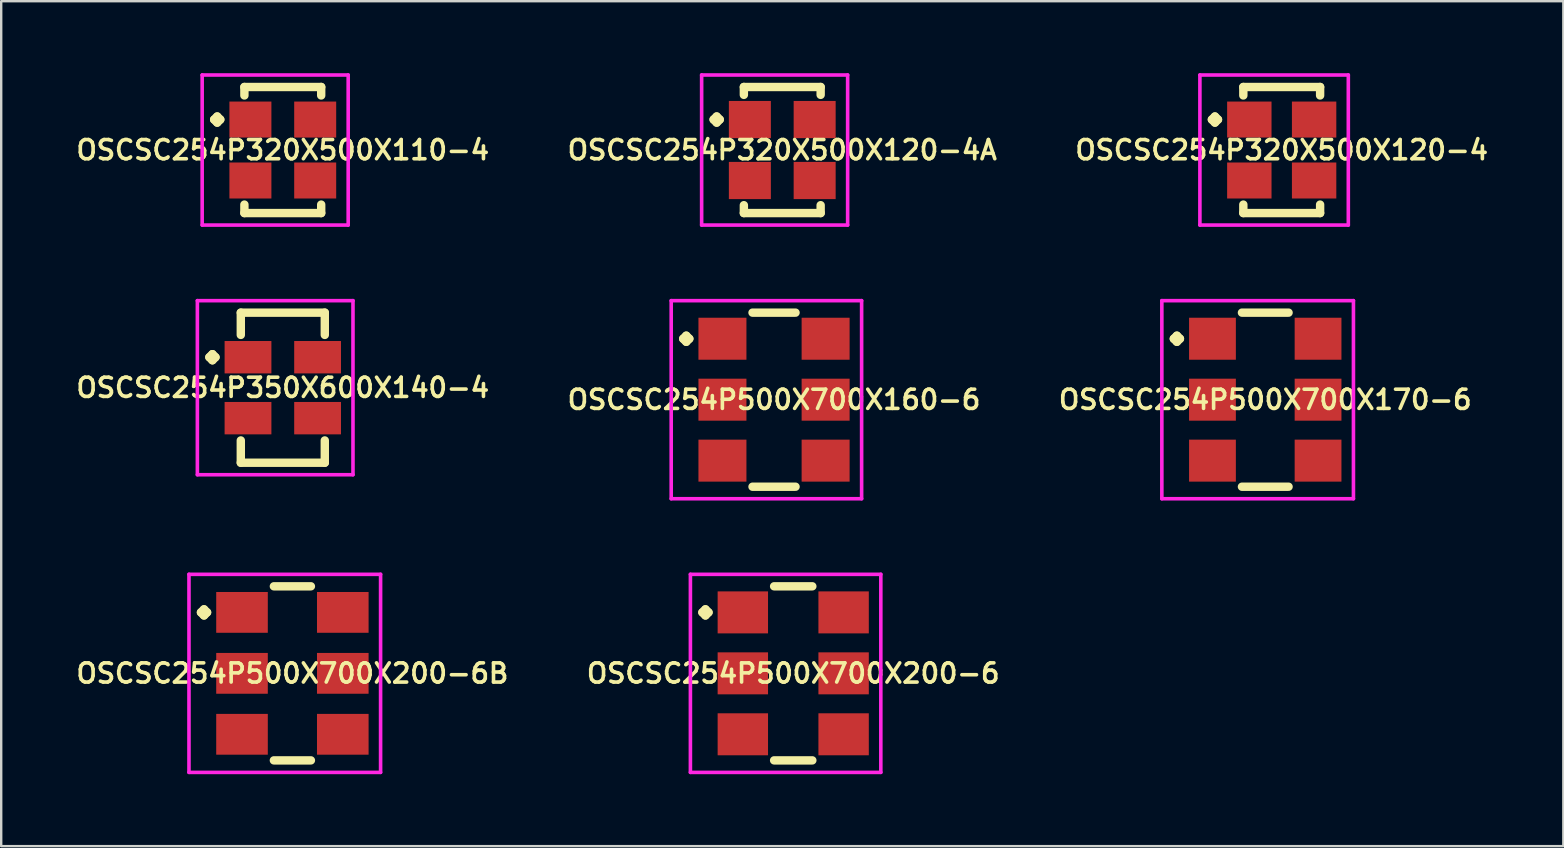
<source format=kicad_pcb>
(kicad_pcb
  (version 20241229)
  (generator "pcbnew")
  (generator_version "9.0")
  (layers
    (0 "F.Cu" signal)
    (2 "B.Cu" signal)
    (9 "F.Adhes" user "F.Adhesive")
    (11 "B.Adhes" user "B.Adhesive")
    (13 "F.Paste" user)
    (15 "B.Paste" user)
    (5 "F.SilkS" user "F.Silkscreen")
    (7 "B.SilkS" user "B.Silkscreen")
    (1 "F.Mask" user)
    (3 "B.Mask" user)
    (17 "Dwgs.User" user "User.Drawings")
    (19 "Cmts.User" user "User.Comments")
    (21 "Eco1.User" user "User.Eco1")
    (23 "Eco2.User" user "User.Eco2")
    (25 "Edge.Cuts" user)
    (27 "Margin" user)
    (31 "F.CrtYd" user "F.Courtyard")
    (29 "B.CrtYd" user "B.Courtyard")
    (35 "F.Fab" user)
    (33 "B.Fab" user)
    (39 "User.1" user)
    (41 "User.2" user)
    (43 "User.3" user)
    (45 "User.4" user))
  (footprint "OSCSC254P320X500X110-4"
    (layer "F.Cu")
    (at 8.735 3.202)
    (property "Reference" "OSCSC254P320X500X110-4" (at 0 0 0) (layer "F.SilkS") (effects (font (size 0.8 0.8) (thickness 0.15))))
    (attr smd)
    (fp_line (start -2.86 -1.27) (end -2.733 -1.397) (stroke (width 0.35) (type solid)) (layer "F.SilkS"))
    (fp_line (start -2.733 -1.397) (end -2.606 -1.27) (stroke (width 0.35) (type solid)) (layer "F.SilkS"))
    (fp_line (start -2.733 -1.143) (end -2.86 -1.27) (stroke (width 0.35) (type solid)) (layer "F.SilkS"))
    (fp_line (start -2.606 -1.27) (end -2.733 -1.143) (stroke (width 0.35) (type solid)) (layer "F.SilkS"))
    (fp_line (start -1.6 -2.627) (end 1.6 -2.627) (stroke (width 0.35) (type solid)) (layer "F.SilkS"))
    (fp_line (start -1.6 -2.274) (end -1.6 -2.627) (stroke (width 0.35) (type solid)) (layer "F.SilkS"))
    (fp_line (start -1.6 2.274) (end -1.6 2.627) (stroke (width 0.35) (type solid)) (layer "F.SilkS"))
    (fp_line (start -1.6 2.627) (end 1.6 2.627) (stroke (width 0.35) (type solid)) (layer "F.SilkS"))
    (fp_line (start 1.6 -2.627) (end 1.6 -2.274) (stroke (width 0.35) (type solid)) (layer "F.SilkS"))
    (fp_line (start 1.6 2.627) (end 1.6 2.274) (stroke (width 0.35) (type solid)) (layer "F.SilkS"))
    (fp_line (start -3.36 -3.127) (end 2.725 -3.127) (stroke (width 0.15) (type solid)) (layer "F.CrtYd"))
    (fp_line (start -3.36 3.127) (end -3.36 -3.127) (stroke (width 0.15) (type solid)) (layer "F.CrtYd"))
    (fp_line (start 2.725 -3.127) (end 2.725 3.127) (stroke (width 0.15) (type solid)) (layer "F.CrtYd"))
    (fp_line (start 2.725 3.127) (end -3.36 3.127) (stroke (width 0.15) (type solid)) (layer "F.CrtYd"))
    (pad "1" smd rect (at -1.35 -1.27) (size 1.75 1.5) (layers "F.Cu" "F.Mask" "F.Paste"))
    (pad "2" smd rect (at -1.35 1.27) (size 1.75 1.5) (layers "F.Cu" "F.Mask" "F.Paste"))
    (pad "3" smd rect (at 1.35 1.27) (size 1.75 1.5) (layers "F.Cu" "F.Mask" "F.Paste"))
    (pad "4" smd rect (at 1.35 -1.27) (size 1.75 1.5) (layers "F.Cu" "F.Mask" "F.Paste")))
  (footprint "OSCSC254P500X700X200-6B"
    (layer "F.Cu")
    (at 9.135 25.01)
    (property "Reference" "OSCSC254P500X700X200-6B" (at 0 0 0) (layer "F.SilkS") (effects (font (size 0.8 0.8) (thickness 0.15))))
    (attr smd)
    (fp_line (start -3.81 -2.54) (end -3.683 -2.667) (stroke (width 0.35) (type solid)) (layer "F.SilkS"))
    (fp_line (start -3.683 -2.667) (end -3.556 -2.54) (stroke (width 0.35) (type solid)) (layer "F.SilkS"))
    (fp_line (start -3.683 -2.413) (end -3.81 -2.54) (stroke (width 0.35) (type solid)) (layer "F.SilkS"))
    (fp_line (start -3.556 -2.54) (end -3.683 -2.413) (stroke (width 0.35) (type solid)) (layer "F.SilkS"))
    (fp_line (start -0.771 -3.627) (end 0.771 -3.627) (stroke (width 0.35) (type solid)) (layer "F.SilkS"))
    (fp_line (start -0.771 3.627) (end 0.771 3.627) (stroke (width 0.35) (type solid)) (layer "F.SilkS"))
    (fp_line (start -4.31 -4.127) (end 3.675 -4.127) (stroke (width 0.15) (type solid)) (layer "F.CrtYd"))
    (fp_line (start -4.31 4.127) (end -4.31 -4.127) (stroke (width 0.15) (type solid)) (layer "F.CrtYd"))
    (fp_line (start 3.675 -4.127) (end 3.675 4.127) (stroke (width 0.15) (type solid)) (layer "F.CrtYd"))
    (fp_line (start 3.675 4.127) (end -4.31 4.127) (stroke (width 0.15) (type solid)) (layer "F.CrtYd"))
    (pad "1" smd rect (at -2.1 -2.54) (size 2.15 1.7) (layers "F.Cu" "F.Mask" "F.Paste"))
    (pad "2" smd rect (at -2.1 0) (size 2.15 1.7) (layers "F.Cu" "F.Mask" "F.Paste"))
    (pad "3" smd rect (at -2.1 2.54) (size 2.15 1.7) (layers "F.Cu" "F.Mask" "F.Paste"))
    (pad "4" smd rect (at 2.1 2.54) (size 2.15 1.7) (layers "F.Cu" "F.Mask" "F.Paste"))
    (pad "5" smd rect (at 2.1 0) (size 2.15 1.7) (layers "F.Cu" "F.Mask" "F.Paste"))
    (pad "6" smd rect (at 2.1 -2.54) (size 2.15 1.7) (layers "F.Cu" "F.Mask" "F.Paste")))
  (footprint "OSCSC254P350X600X140-4"
    (layer "F.Cu")
    (at 8.735 13.106)
    (property "Reference" "OSCSC254P350X600X140-4" (at 0 0 0) (layer "F.SilkS") (effects (font (size 0.8 0.8) (thickness 0.15))))
    (attr smd)
    (fp_line (start -3.06 -1.27) (end -2.933 -1.397) (stroke (width 0.35) (type solid)) (layer "F.SilkS"))
    (fp_line (start -2.933 -1.397) (end -2.806 -1.27) (stroke (width 0.35) (type solid)) (layer "F.SilkS"))
    (fp_line (start -2.933 -1.143) (end -3.06 -1.27) (stroke (width 0.35) (type solid)) (layer "F.SilkS"))
    (fp_line (start -2.806 -1.27) (end -2.933 -1.143) (stroke (width 0.35) (type solid)) (layer "F.SilkS"))
    (fp_line (start -1.75 -3.127) (end 1.75 -3.127) (stroke (width 0.35) (type solid)) (layer "F.SilkS"))
    (fp_line (start -1.75 -2.199) (end -1.75 -3.127) (stroke (width 0.35) (type solid)) (layer "F.SilkS"))
    (fp_line (start -1.75 2.199) (end -1.75 3.127) (stroke (width 0.35) (type solid)) (layer "F.SilkS"))
    (fp_line (start -1.75 3.127) (end 1.75 3.127) (stroke (width 0.35) (type solid)) (layer "F.SilkS"))
    (fp_line (start 1.75 -3.127) (end 1.75 -2.199) (stroke (width 0.35) (type solid)) (layer "F.SilkS"))
    (fp_line (start 1.75 3.127) (end 1.75 2.199) (stroke (width 0.35) (type solid)) (layer "F.SilkS"))
    (fp_line (start -3.56 -3.627) (end 2.925 -3.627) (stroke (width 0.15) (type solid)) (layer "F.CrtYd"))
    (fp_line (start -3.56 3.627) (end -3.56 -3.627) (stroke (width 0.15) (type solid)) (layer "F.CrtYd"))
    (fp_line (start 2.925 -3.627) (end 2.925 3.627) (stroke (width 0.15) (type solid)) (layer "F.CrtYd"))
    (fp_line (start 2.925 3.627) (end -3.56 3.627) (stroke (width 0.15) (type solid)) (layer "F.CrtYd"))
    (pad "1" smd rect (at -1.45 -1.27) (size 1.95 1.35) (layers "F.Cu" "F.Mask" "F.Paste"))
    (pad "2" smd rect (at -1.45 1.27) (size 1.95 1.35) (layers "F.Cu" "F.Mask" "F.Paste"))
    (pad "3" smd rect (at 1.45 1.27) (size 1.95 1.35) (layers "F.Cu" "F.Mask" "F.Paste"))
    (pad "4" smd rect (at 1.45 -1.27) (size 1.95 1.35) (layers "F.Cu" "F.Mask" "F.Paste")))
  (footprint "OSCSC254P500X700X200-6"
    (layer "F.Cu")
    (at 30.006 25.01)
    (property "Reference" "OSCSC254P500X700X200-6" (at 0 0 0) (layer "F.SilkS") (effects (font (size 0.8 0.8) (thickness 0.15))))
    (attr smd)
    (fp_line (start -3.785 -2.54) (end -3.658 -2.667) (stroke (width 0.35) (type solid)) (layer "F.SilkS"))
    (fp_line (start -3.658 -2.667) (end -3.531 -2.54) (stroke (width 0.35) (type solid)) (layer "F.SilkS"))
    (fp_line (start -3.658 -2.413) (end -3.785 -2.54) (stroke (width 0.35) (type solid)) (layer "F.SilkS"))
    (fp_line (start -3.531 -2.54) (end -3.658 -2.413) (stroke (width 0.35) (type solid)) (layer "F.SilkS"))
    (fp_line (start -0.796 -3.627) (end 0.796 -3.627) (stroke (width 0.35) (type solid)) (layer "F.SilkS"))
    (fp_line (start -0.796 3.627) (end 0.796 3.627) (stroke (width 0.35) (type solid)) (layer "F.SilkS"))
    (fp_line (start -4.285 -4.127) (end 3.65 -4.127) (stroke (width 0.15) (type solid)) (layer "F.CrtYd"))
    (fp_line (start -4.285 4.127) (end -4.285 -4.127) (stroke (width 0.15) (type solid)) (layer "F.CrtYd"))
    (fp_line (start 3.65 -4.127) (end 3.65 4.127) (stroke (width 0.15) (type solid)) (layer "F.CrtYd"))
    (fp_line (start 3.65 4.127) (end -4.285 4.127) (stroke (width 0.15) (type solid)) (layer "F.CrtYd"))
    (pad "1" smd rect (at -2.1 -2.54) (size 2.1 1.75) (layers "F.Cu" "F.Mask" "F.Paste"))
    (pad "2" smd rect (at -2.1 0) (size 2.1 1.75) (layers "F.Cu" "F.Mask" "F.Paste"))
    (pad "3" smd rect (at -2.1 2.54) (size 2.1 1.75) (layers "F.Cu" "F.Mask" "F.Paste"))
    (pad "4" smd rect (at 2.1 2.54) (size 2.1 1.75) (layers "F.Cu" "F.Mask" "F.Paste"))
    (pad "5" smd rect (at 2.1 0) (size 2.1 1.75) (layers "F.Cu" "F.Mask" "F.Paste"))
    (pad "6" smd rect (at 2.1 -2.54) (size 2.1 1.75) (layers "F.Cu" "F.Mask" "F.Paste")))
  (footprint "OSCSC254P320X500X120-4"
    (layer "F.Cu")
    (at 50.363 3.202)
    (property "Reference" "OSCSC254P320X500X120-4" (at 0 0 0) (layer "F.SilkS") (effects (font (size 0.8 0.8) (thickness 0.15))))
    (attr smd)
    (fp_line (start -2.91 -1.27) (end -2.783 -1.397) (stroke (width 0.35) (type solid)) (layer "F.SilkS"))
    (fp_line (start -2.783 -1.397) (end -2.656 -1.27) (stroke (width 0.35) (type solid)) (layer "F.SilkS"))
    (fp_line (start -2.783 -1.143) (end -2.91 -1.27) (stroke (width 0.35) (type solid)) (layer "F.SilkS"))
    (fp_line (start -2.656 -1.27) (end -2.783 -1.143) (stroke (width 0.35) (type solid)) (layer "F.SilkS"))
    (fp_line (start -1.6 -2.627) (end 1.6 -2.627) (stroke (width 0.35) (type solid)) (layer "F.SilkS"))
    (fp_line (start -1.6 -2.274) (end -1.6 -2.627) (stroke (width 0.35) (type solid)) (layer "F.SilkS"))
    (fp_line (start -1.6 2.274) (end -1.6 2.627) (stroke (width 0.35) (type solid)) (layer "F.SilkS"))
    (fp_line (start -1.6 2.627) (end 1.6 2.627) (stroke (width 0.35) (type solid)) (layer "F.SilkS"))
    (fp_line (start 1.6 -2.627) (end 1.6 -2.274) (stroke (width 0.35) (type solid)) (layer "F.SilkS"))
    (fp_line (start 1.6 2.627) (end 1.6 2.274) (stroke (width 0.35) (type solid)) (layer "F.SilkS"))
    (fp_line (start -3.41 -3.127) (end 2.775 -3.127) (stroke (width 0.15) (type solid)) (layer "F.CrtYd"))
    (fp_line (start -3.41 3.127) (end -3.41 -3.127) (stroke (width 0.15) (type solid)) (layer "F.CrtYd"))
    (fp_line (start 2.775 -3.127) (end 2.775 3.127) (stroke (width 0.15) (type solid)) (layer "F.CrtYd"))
    (fp_line (start 2.775 3.127) (end -3.41 3.127) (stroke (width 0.15) (type solid)) (layer "F.CrtYd"))
    (pad "1" smd rect (at -1.35 -1.27) (size 1.85 1.5) (layers "F.Cu" "F.Mask" "F.Paste"))
    (pad "2" smd rect (at -1.35 1.27) (size 1.85 1.5) (layers "F.Cu" "F.Mask" "F.Paste"))
    (pad "3" smd rect (at 1.35 1.27) (size 1.85 1.5) (layers "F.Cu" "F.Mask" "F.Paste"))
    (pad "4" smd rect (at 1.35 -1.27) (size 1.85 1.5) (layers "F.Cu" "F.Mask" "F.Paste")))
  (footprint "OSCSC254P320X500X120-4A"
    (layer "F.Cu")
    (at 29.549 3.202)
    (property "Reference" "OSCSC254P320X500X120-4A" (at 0 0 0) (layer "F.SilkS") (effects (font (size 0.8 0.8) (thickness 0.15))))
    (attr through_hole)
    (fp_line (start -2.86 -1.27) (end -2.733 -1.397) (stroke (width 0.35) (type solid)) (layer "F.SilkS"))
    (fp_line (start -2.733 -1.397) (end -2.606 -1.27) (stroke (width 0.35) (type solid)) (layer "F.SilkS"))
    (fp_line (start -2.733 -1.143) (end -2.86 -1.27) (stroke (width 0.35) (type solid)) (layer "F.SilkS"))
    (fp_line (start -2.606 -1.27) (end -2.733 -1.143) (stroke (width 0.35) (type solid)) (layer "F.SilkS"))
    (fp_line (start -1.6 -2.627) (end 1.6 -2.627) (stroke (width 0.35) (type solid)) (layer "F.SilkS"))
    (fp_line (start -1.6 -2.299) (end -1.6 -2.627) (stroke (width 0.35) (type solid)) (layer "F.SilkS"))
    (fp_line (start -1.6 2.299) (end -1.6 2.627) (stroke (width 0.35) (type solid)) (layer "F.SilkS"))
    (fp_line (start -1.6 2.627) (end 1.6 2.627) (stroke (width 0.35) (type solid)) (layer "F.SilkS"))
    (fp_line (start 1.6 -2.627) (end 1.6 -2.299) (stroke (width 0.35) (type solid)) (layer "F.SilkS"))
    (fp_line (start 1.6 2.627) (end 1.6 2.299) (stroke (width 0.35) (type solid)) (layer "F.SilkS"))
    (fp_line (start -3.36 -3.127) (end 2.725 -3.127) (stroke (width 0.15) (type solid)) (layer "F.CrtYd"))
    (fp_line (start -3.36 3.127) (end -3.36 -3.127) (stroke (width 0.15) (type solid)) (layer "F.CrtYd"))
    (fp_line (start 2.725 -3.127) (end 2.725 3.127) (stroke (width 0.15) (type solid)) (layer "F.CrtYd"))
    (fp_line (start 2.725 3.127) (end -3.36 3.127) (stroke (width 0.15) (type solid)) (layer "F.CrtYd"))
    (pad "1" smd rect (at -1.35 -1.27) (size 1.75 1.55) (layers "F.Cu" "F.Mask" "F.Paste"))
    (pad "2" smd rect (at -1.35 1.27) (size 1.75 1.55) (layers "F.Cu" "F.Mask" "F.Paste"))
    (pad "3" smd rect (at 1.35 1.27) (size 1.75 1.55) (layers "F.Cu" "F.Mask" "F.Paste"))
    (pad "4" smd rect (at 1.35 -1.27) (size 1.75 1.55) (layers "F.Cu" "F.Mask" "F.Paste")))
  (footprint "OSCSC254P500X700X160-6"
    (layer "F.Cu")
    (at 29.206 13.606)
    (property "Reference" "OSCSC254P500X700X160-6" (at 0 0 0) (layer "F.SilkS") (effects (font (size 0.8 0.8) (thickness 0.15))))
    (attr smd)
    (fp_line (start -3.785 -2.54) (end -3.658 -2.667) (stroke (width 0.35) (type solid)) (layer "F.SilkS"))
    (fp_line (start -3.658 -2.667) (end -3.531 -2.54) (stroke (width 0.35) (type solid)) (layer "F.SilkS"))
    (fp_line (start -3.658 -2.413) (end -3.785 -2.54) (stroke (width 0.35) (type solid)) (layer "F.SilkS"))
    (fp_line (start -3.531 -2.54) (end -3.658 -2.413) (stroke (width 0.35) (type solid)) (layer "F.SilkS"))
    (fp_line (start -0.896 -3.627) (end 0.896 -3.627) (stroke (width 0.35) (type solid)) (layer "F.SilkS"))
    (fp_line (start -0.896 3.627) (end 0.896 3.627) (stroke (width 0.35) (type solid)) (layer "F.SilkS"))
    (fp_line (start -4.285 -4.127) (end 3.65 -4.127) (stroke (width 0.15) (type solid)) (layer "F.CrtYd"))
    (fp_line (start -4.285 4.127) (end -4.285 -4.127) (stroke (width 0.15) (type solid)) (layer "F.CrtYd"))
    (fp_line (start 3.65 -4.127) (end 3.65 4.127) (stroke (width 0.15) (type solid)) (layer "F.CrtYd"))
    (fp_line (start 3.65 4.127) (end -4.285 4.127) (stroke (width 0.15) (type solid)) (layer "F.CrtYd"))
    (pad "1" smd rect (at -2.15 -2.54) (size 2 1.75) (layers "F.Cu" "F.Mask" "F.Paste"))
    (pad "2" smd rect (at -2.15 0) (size 2 1.75) (layers "F.Cu" "F.Mask" "F.Paste"))
    (pad "3" smd rect (at -2.15 2.54) (size 2 1.75) (layers "F.Cu" "F.Mask" "F.Paste"))
    (pad "4" smd rect (at 2.15 2.54) (size 2 1.75) (layers "F.Cu" "F.Mask" "F.Paste"))
    (pad "5" smd rect (at 2.15 0) (size 2 1.75) (layers "F.Cu" "F.Mask" "F.Paste"))
    (pad "6" smd rect (at 2.15 -2.54) (size 2 1.75) (layers "F.Cu" "F.Mask" "F.Paste")))
  (footprint "OSCSC254P500X700X170-6"
    (layer "F.Cu")
    (at 49.677 13.606)
    (property "Reference" "OSCSC254P500X700X170-6" (at 0 0 0) (layer "F.SilkS") (effects (font (size 0.8 0.8) (thickness 0.15))))
    (attr smd)
    (fp_line (start -3.81 -2.54) (end -3.683 -2.667) (stroke (width 0.35) (type solid)) (layer "F.SilkS"))
    (fp_line (start -3.683 -2.667) (end -3.556 -2.54) (stroke (width 0.35) (type solid)) (layer "F.SilkS"))
    (fp_line (start -3.683 -2.413) (end -3.81 -2.54) (stroke (width 0.35) (type solid)) (layer "F.SilkS"))
    (fp_line (start -3.556 -2.54) (end -3.683 -2.413) (stroke (width 0.35) (type solid)) (layer "F.SilkS"))
    (fp_line (start -0.971 -3.627) (end 0.971 -3.627) (stroke (width 0.35) (type solid)) (layer "F.SilkS"))
    (fp_line (start -0.971 3.627) (end 0.971 3.627) (stroke (width 0.35) (type solid)) (layer "F.SilkS"))
    (fp_line (start -4.31 -4.127) (end 3.675 -4.127) (stroke (width 0.15) (type solid)) (layer "F.CrtYd"))
    (fp_line (start -4.31 4.127) (end -4.31 -4.127) (stroke (width 0.15) (type solid)) (layer "F.CrtYd"))
    (fp_line (start 3.675 -4.127) (end 3.675 4.127) (stroke (width 0.15) (type solid)) (layer "F.CrtYd"))
    (fp_line (start 3.675 4.127) (end -4.31 4.127) (stroke (width 0.15) (type solid)) (layer "F.CrtYd"))
    (pad "1" smd rect (at -2.2 -2.54) (size 1.95 1.75) (layers "F.Cu" "F.Mask" "F.Paste"))
    (pad "2" smd rect (at -2.2 0) (size 1.95 1.75) (layers "F.Cu" "F.Mask" "F.Paste"))
    (pad "3" smd rect (at -2.2 2.54) (size 1.95 1.75) (layers "F.Cu" "F.Mask" "F.Paste"))
    (pad "4" smd rect (at 2.2 2.54) (size 1.95 1.75) (layers "F.Cu" "F.Mask" "F.Paste"))
    (pad "5" smd rect (at 2.2 0) (size 1.95 1.75) (layers "F.Cu" "F.Mask" "F.Paste"))
    (pad "6" smd rect (at 2.2 -2.54) (size 1.95 1.75) (layers "F.Cu" "F.Mask" "F.Paste")))
  (gr_rect
    (start -3 -3)
    (end 62.099 32.212)
    (stroke (width 0.1) (type default))
    (fill no)
    (layer "Edge.Cuts")))
</source>
